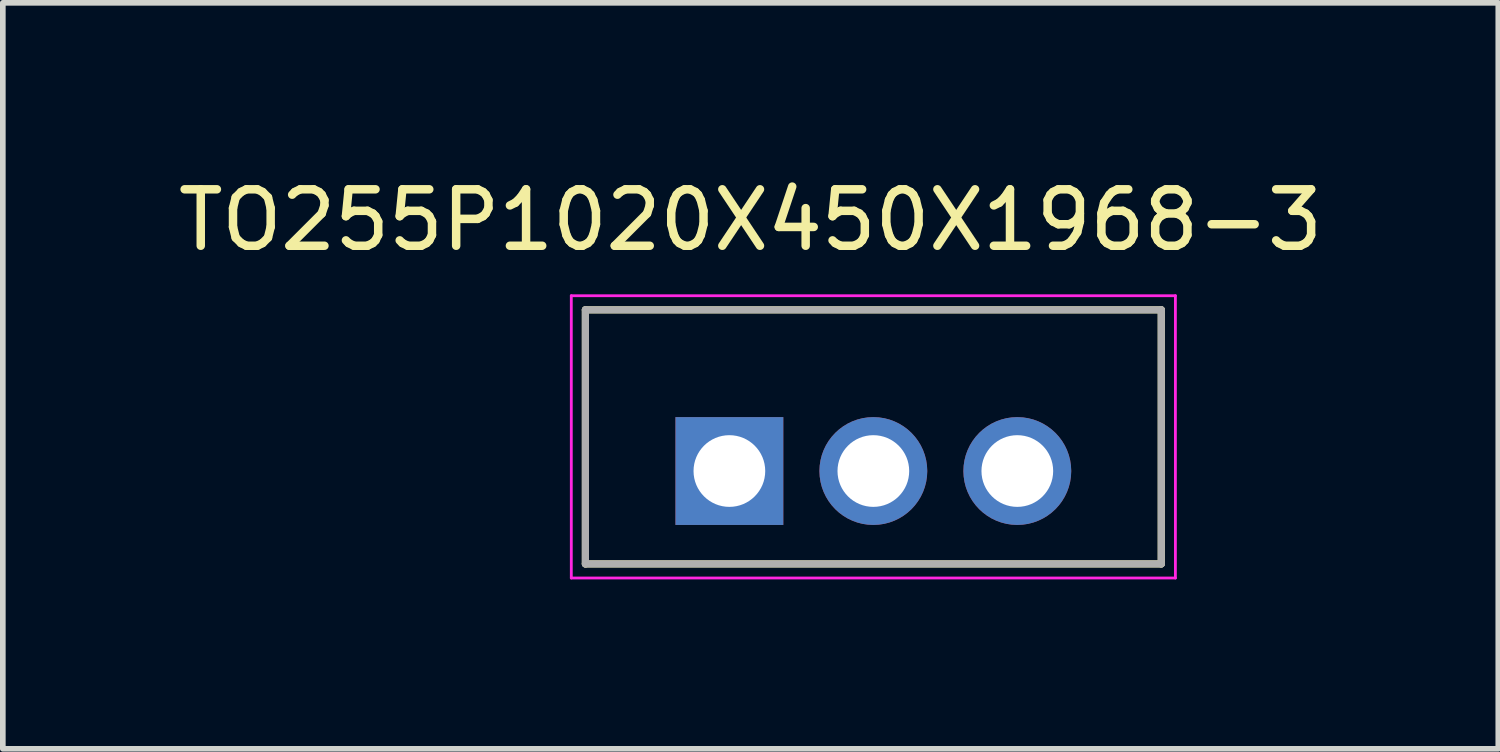
<source format=kicad_pcb>
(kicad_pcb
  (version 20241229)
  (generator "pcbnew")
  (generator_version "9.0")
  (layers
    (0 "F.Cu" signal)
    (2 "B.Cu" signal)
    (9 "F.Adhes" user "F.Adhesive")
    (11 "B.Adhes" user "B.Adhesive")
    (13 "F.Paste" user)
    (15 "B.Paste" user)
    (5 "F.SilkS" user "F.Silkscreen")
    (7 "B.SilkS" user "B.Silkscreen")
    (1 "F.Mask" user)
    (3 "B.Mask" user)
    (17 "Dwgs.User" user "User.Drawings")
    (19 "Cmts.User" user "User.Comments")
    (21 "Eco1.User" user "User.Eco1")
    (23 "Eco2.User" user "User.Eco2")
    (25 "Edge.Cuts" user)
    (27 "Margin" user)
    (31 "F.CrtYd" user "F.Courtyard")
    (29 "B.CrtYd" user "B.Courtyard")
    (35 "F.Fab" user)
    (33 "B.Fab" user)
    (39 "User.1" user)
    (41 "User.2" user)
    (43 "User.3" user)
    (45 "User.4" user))
  (footprint "TO255P1020X450X1968-3"
    (layer "F.Cu")
    (at 12.419 4.688)
    (property "Reference" "TO255P1020X450X1968-3" (at -2.175 -3.84 0) (layer "F.SilkS") (effects (font (size 1 1) (thickness 0.15))))
    (attr through_hole)
    (fp_line (start -5.1 -2.25) (end 5.1 -2.25) (stroke (width 0.127) (type solid)) (layer "F.SilkS"))
    (fp_line (start -5.1 2.25) (end -5.1 -2.25) (stroke (width 0.127) (type solid)) (layer "F.SilkS"))
    (fp_line (start 5.1 -2.25) (end 5.1 2.25) (stroke (width 0.127) (type solid)) (layer "F.SilkS"))
    (fp_line (start 5.1 2.25) (end -5.1 2.25) (stroke (width 0.127) (type solid)) (layer "F.SilkS"))
    (fp_line (start -5.35 -2.5) (end 5.35 -2.5) (stroke (width 0.05) (type solid)) (layer "F.CrtYd"))
    (fp_line (start -5.35 2.5) (end -5.35 -2.5) (stroke (width 0.05) (type solid)) (layer "F.CrtYd"))
    (fp_line (start 5.35 -2.5) (end 5.35 2.5) (stroke (width 0.05) (type solid)) (layer "F.CrtYd"))
    (fp_line (start 5.35 2.5) (end -5.35 2.5) (stroke (width 0.05) (type solid)) (layer "F.CrtYd"))
    (fp_line (start -5.1 -2.25) (end 5.1 -2.25) (stroke (width 0.127) (type solid)) (layer "F.Fab"))
    (fp_line (start -5.1 2.25) (end -5.1 -2.25) (stroke (width 0.127) (type solid)) (layer "F.Fab"))
    (fp_line (start 5.1 -2.25) (end 5.1 2.25) (stroke (width 0.127) (type solid)) (layer "F.Fab"))
    (fp_line (start 5.1 2.25) (end -5.1 2.25) (stroke (width 0.127) (type solid)) (layer "F.Fab"))
    (pad "1" thru_hole rect (at -2.55 0.605) (size 1.91 1.91) (drill 1.27) (layers "*.Cu" "*.Mask"))
    (pad "2" thru_hole circle (at 0 0.605) (size 1.91 1.91) (drill 1.27) (layers "*.Cu" "*.Mask"))
    (pad "3" thru_hole circle (at 2.55 0.605) (size 1.91 1.91) (drill 1.27) (layers "*.Cu" "*.Mask")))
  (gr_rect
    (start -3 -3)
    (end 23.488 10.213)
    (stroke (width 0.1) (type default))
    (fill no)
    (layer "Edge.Cuts")))
</source>
